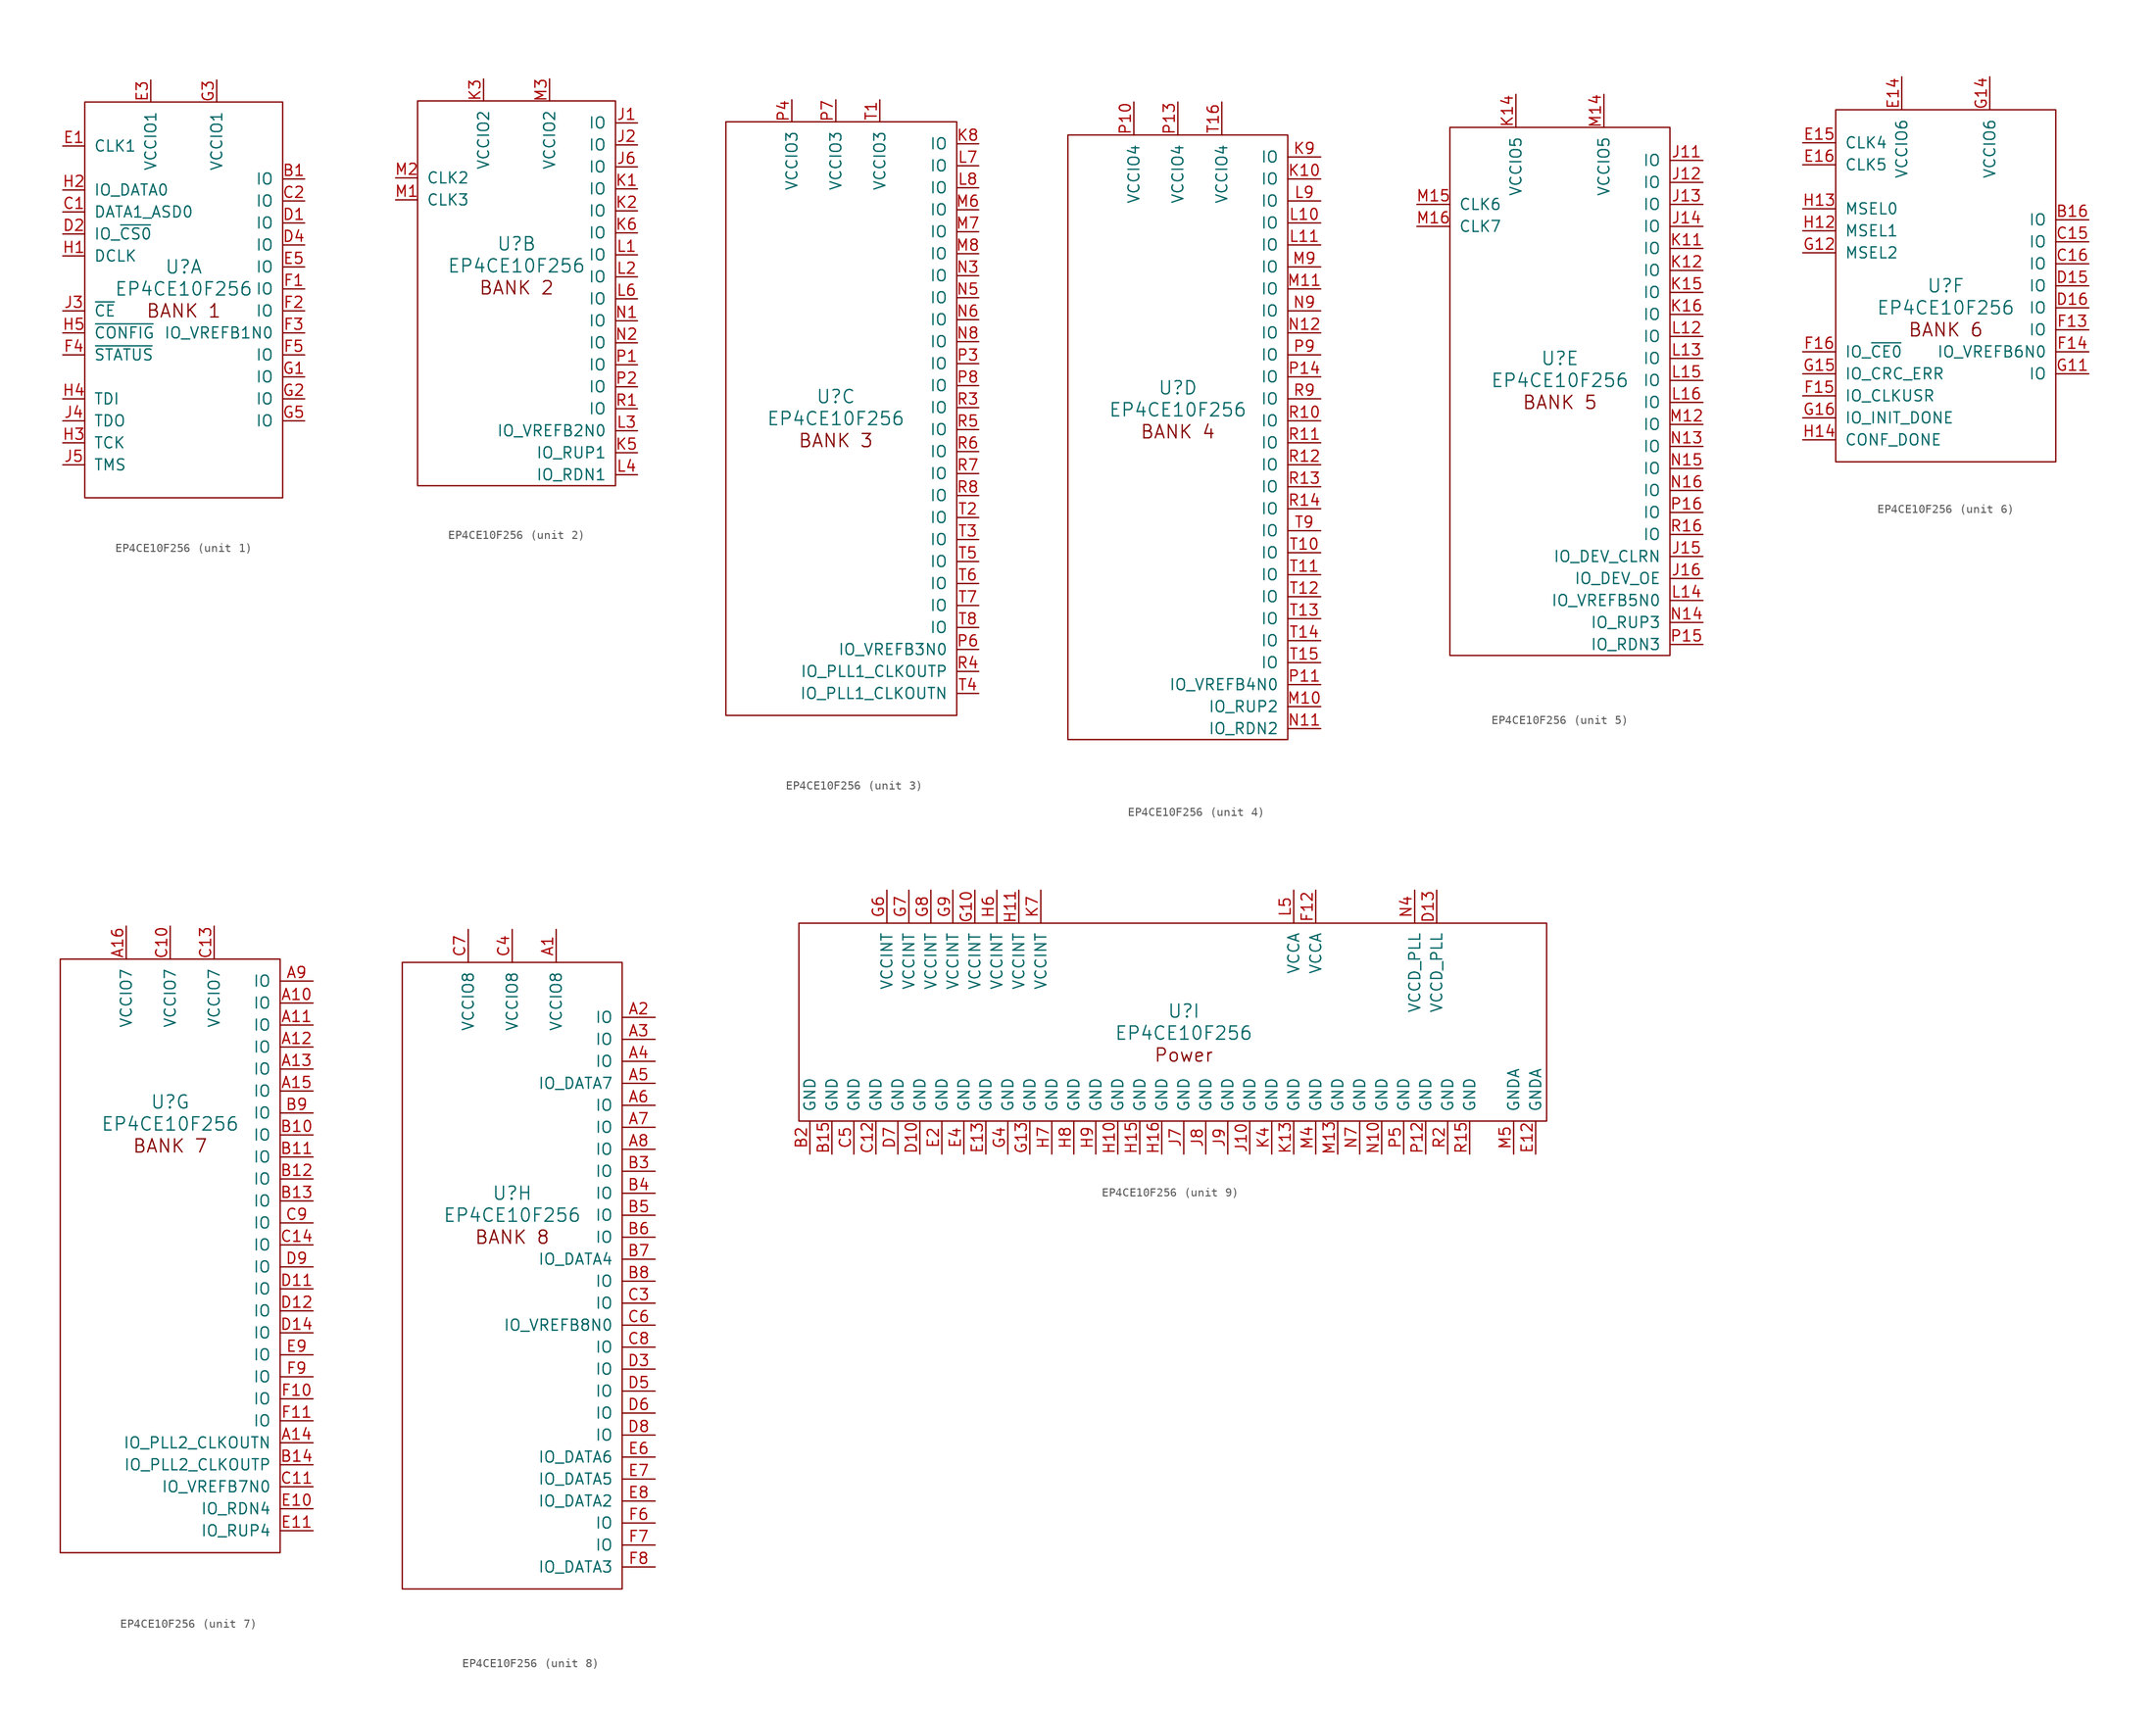
<source format=kicad_sym>
(kicad_symbol_lib
  (version 20211014)
  (generator kicad_symbol_editor)
  (symbol "EP4CE10F256"
    (pin_names
      (offset 1.016))
    (property "Reference" "U"
      (at 0 1.27 0)
      (effects (font (size 1.524 1.524))))
    (property "Value" "EP4CE10F256"
      (at 0 -1.27 0)
      (effects (font (size 1.524 1.524))))
    (property "ki_locked" ""
      (at 0 0 0)
      (effects (font (size 1.27 1.27))))
    (symbol "EP4CE10F256_1_1"
      (rectangle (start -11.43 20.32) (end 11.43 -25.4) (stroke (width 0) (type default) (color 0 0 0 0)) (fill (type none)))
      (text "BANK 1" (at 0 -3.81 0) (effects (font (size 1.524 1.524))))
      (pin bidirectional line (at 13.97 11.43 180) (length 2.54) (name "IO" (effects (font (size 1.27 1.27)))) (number "B1" (effects (font (size 1.27 1.27)))))
      (pin input line (at -13.97 7.62 0) (length 2.54) (name "DATA1_ASD0" (effects (font (size 1.27 1.27)))) (number "C1" (effects (font (size 1.27 1.27)))))
      (pin bidirectional line (at 13.97 8.89 180) (length 2.54) (name "IO" (effects (font (size 1.27 1.27)))) (number "C2" (effects (font (size 1.27 1.27)))))
      (pin bidirectional line (at 13.97 6.35 180) (length 2.54) (name "IO" (effects (font (size 1.27 1.27)))) (number "D1" (effects (font (size 1.27 1.27)))))
      (pin output line (at -13.97 5.08 0) (length 2.54) (name "IO_~{CS0}" (effects (font (size 1.27 1.27)))) (number "D2" (effects (font (size 1.27 1.27)))))
      (pin bidirectional line (at 13.97 3.81 180) (length 2.54) (name "IO" (effects (font (size 1.27 1.27)))) (number "D4" (effects (font (size 1.27 1.27)))))
      (pin input line (at -13.97 15.24 0) (length 2.54) (name "CLK1" (effects (font (size 1.27 1.27)))) (number "E1" (effects (font (size 1.27 1.27)))))
      (pin power_in line (at -3.81 22.86 270) (length 2.54) (name "VCCIO1" (effects (font (size 1.27 1.27)))) (number "E3" (effects (font (size 1.27 1.27)))))
      (pin bidirectional line (at 13.97 1.27 180) (length 2.54) (name "IO" (effects (font (size 1.27 1.27)))) (number "E5" (effects (font (size 1.27 1.27)))))
      (pin bidirectional line (at 13.97 -1.27 180) (length 2.54) (name "IO" (effects (font (size 1.27 1.27)))) (number "F1" (effects (font (size 1.27 1.27)))))
      (pin bidirectional line (at 13.97 -3.81 180) (length 2.54) (name "IO" (effects (font (size 1.27 1.27)))) (number "F2" (effects (font (size 1.27 1.27)))))
      (pin bidirectional line (at 13.97 -6.35 180) (length 2.54) (name "IO_VREFB1N0" (effects (font (size 1.27 1.27)))) (number "F3" (effects (font (size 1.27 1.27)))))
      (pin input line (at -13.97 -8.89 0) (length 2.54) (name "~{STATUS}" (effects (font (size 1.27 1.27)))) (number "F4" (effects (font (size 1.27 1.27)))))
      (pin bidirectional line (at 13.97 -8.89 180) (length 2.54) (name "IO" (effects (font (size 1.27 1.27)))) (number "F5" (effects (font (size 1.27 1.27)))))
      (pin bidirectional line (at 13.97 -11.43 180) (length 2.54) (name "IO" (effects (font (size 1.27 1.27)))) (number "G1" (effects (font (size 1.27 1.27)))))
      (pin bidirectional line (at 13.97 -13.97 180) (length 2.54) (name "IO" (effects (font (size 1.27 1.27)))) (number "G2" (effects (font (size 1.27 1.27)))))
      (pin power_in line (at 3.81 22.86 270) (length 2.54) (name "VCCIO1" (effects (font (size 1.27 1.27)))) (number "G3" (effects (font (size 1.27 1.27)))))
      (pin bidirectional line (at 13.97 -16.51 180) (length 2.54) (name "IO" (effects (font (size 1.27 1.27)))) (number "G5" (effects (font (size 1.27 1.27)))))
      (pin output line (at -13.97 2.54 0) (length 2.54) (name "DCLK" (effects (font (size 1.27 1.27)))) (number "H1" (effects (font (size 1.27 1.27)))))
      (pin bidirectional line (at -13.97 10.16 0) (length 2.54) (name "IO_DATA0" (effects (font (size 1.27 1.27)))) (number "H2" (effects (font (size 1.27 1.27)))))
      (pin input line (at -13.97 -19.05 0) (length 2.54) (name "TCK" (effects (font (size 1.27 1.27)))) (number "H3" (effects (font (size 1.27 1.27)))))
      (pin input line (at -13.97 -13.97 0) (length 2.54) (name "TDI" (effects (font (size 1.27 1.27)))) (number "H4" (effects (font (size 1.27 1.27)))))
      (pin input line (at -13.97 -6.35 0) (length 2.54) (name "~{CONFIG}" (effects (font (size 1.27 1.27)))) (number "H5" (effects (font (size 1.27 1.27)))))
      (pin input line (at -13.97 -3.81 0) (length 2.54) (name "~{CE}" (effects (font (size 1.27 1.27)))) (number "J3" (effects (font (size 1.27 1.27)))))
      (pin output line (at -13.97 -16.51 0) (length 2.54) (name "TDO" (effects (font (size 1.27 1.27)))) (number "J4" (effects (font (size 1.27 1.27)))))
      (pin input line (at -13.97 -21.59 0) (length 2.54) (name "TMS" (effects (font (size 1.27 1.27)))) (number "J5" (effects (font (size 1.27 1.27))))))
    (symbol "EP4CE10F256_2_1"
      (rectangle (start 11.43 17.78) (end -11.43 -26.67) (stroke (width 0) (type default) (color 0 0 0 0)) (fill (type none)))
      (text "BANK 2" (at 0 -3.81 0) (effects (font (size 1.524 1.524))))
      (pin bidirectional line (at 13.97 15.24 180) (length 2.54) (name "IO" (effects (font (size 1.27 1.27)))) (number "J1" (effects (font (size 1.27 1.27)))))
      (pin bidirectional line (at 13.97 12.7 180) (length 2.54) (name "IO" (effects (font (size 1.27 1.27)))) (number "J2" (effects (font (size 1.27 1.27)))))
      (pin bidirectional line (at 13.97 10.16 180) (length 2.54) (name "IO" (effects (font (size 1.27 1.27)))) (number "J6" (effects (font (size 1.27 1.27)))))
      (pin bidirectional line (at 13.97 7.62 180) (length 2.54) (name "IO" (effects (font (size 1.27 1.27)))) (number "K1" (effects (font (size 1.27 1.27)))))
      (pin bidirectional line (at 13.97 5.08 180) (length 2.54) (name "IO" (effects (font (size 1.27 1.27)))) (number "K2" (effects (font (size 1.27 1.27)))))
      (pin power_in line (at -3.81 20.32 270) (length 2.54) (name "VCCIO2" (effects (font (size 1.27 1.27)))) (number "K3" (effects (font (size 1.27 1.27)))))
      (pin bidirectional line (at 13.97 -22.86 180) (length 2.54) (name "IO_RUP1" (effects (font (size 1.27 1.27)))) (number "K5" (effects (font (size 1.27 1.27)))))
      (pin bidirectional line (at 13.97 2.54 180) (length 2.54) (name "IO" (effects (font (size 1.27 1.27)))) (number "K6" (effects (font (size 1.27 1.27)))))
      (pin bidirectional line (at 13.97 0 180) (length 2.54) (name "IO" (effects (font (size 1.27 1.27)))) (number "L1" (effects (font (size 1.27 1.27)))))
      (pin bidirectional line (at 13.97 -2.54 180) (length 2.54) (name "IO" (effects (font (size 1.27 1.27)))) (number "L2" (effects (font (size 1.27 1.27)))))
      (pin bidirectional line (at 13.97 -20.32 180) (length 2.54) (name "IO_VREFB2N0" (effects (font (size 1.27 1.27)))) (number "L3" (effects (font (size 1.27 1.27)))))
      (pin bidirectional line (at 13.97 -25.4 180) (length 2.54) (name "IO_RDN1" (effects (font (size 1.27 1.27)))) (number "L4" (effects (font (size 1.27 1.27)))))
      (pin bidirectional line (at 13.97 -5.08 180) (length 2.54) (name "IO" (effects (font (size 1.27 1.27)))) (number "L6" (effects (font (size 1.27 1.27)))))
      (pin input line (at -13.97 6.35 0) (length 2.54) (name "CLK3" (effects (font (size 1.27 1.27)))) (number "M1" (effects (font (size 1.27 1.27)))))
      (pin input line (at -13.97 8.89 0) (length 2.54) (name "CLK2" (effects (font (size 1.27 1.27)))) (number "M2" (effects (font (size 1.27 1.27)))))
      (pin power_in line (at 3.81 20.32 270) (length 2.54) (name "VCCIO2" (effects (font (size 1.27 1.27)))) (number "M3" (effects (font (size 1.27 1.27)))))
      (pin bidirectional line (at 13.97 -7.62 180) (length 2.54) (name "IO" (effects (font (size 1.27 1.27)))) (number "N1" (effects (font (size 1.27 1.27)))))
      (pin bidirectional line (at 13.97 -10.16 180) (length 2.54) (name "IO" (effects (font (size 1.27 1.27)))) (number "N2" (effects (font (size 1.27 1.27)))))
      (pin bidirectional line (at 13.97 -12.7 180) (length 2.54) (name "IO" (effects (font (size 1.27 1.27)))) (number "P1" (effects (font (size 1.27 1.27)))))
      (pin bidirectional line (at 13.97 -15.24 180) (length 2.54) (name "IO" (effects (font (size 1.27 1.27)))) (number "P2" (effects (font (size 1.27 1.27)))))
      (pin bidirectional line (at 13.97 -17.78 180) (length 2.54) (name "IO" (effects (font (size 1.27 1.27)))) (number "R1" (effects (font (size 1.27 1.27))))))
    (symbol "EP4CE10F256_3_1"
      (rectangle (start -12.7 33.02) (end 13.97 -35.56) (stroke (width 0) (type default) (color 0 0 0 0)) (fill (type none)))
      (text "BANK 3" (at 0 -3.81 0) (effects (font (size 1.524 1.524))))
      (pin bidirectional line (at 16.51 30.48 180) (length 2.54) (name "IO" (effects (font (size 1.27 1.27)))) (number "K8" (effects (font (size 1.27 1.27)))))
      (pin bidirectional line (at 16.51 27.94 180) (length 2.54) (name "IO" (effects (font (size 1.27 1.27)))) (number "L7" (effects (font (size 1.27 1.27)))))
      (pin bidirectional line (at 16.51 25.4 180) (length 2.54) (name "IO" (effects (font (size 1.27 1.27)))) (number "L8" (effects (font (size 1.27 1.27)))))
      (pin bidirectional line (at 16.51 22.86 180) (length 2.54) (name "IO" (effects (font (size 1.27 1.27)))) (number "M6" (effects (font (size 1.27 1.27)))))
      (pin bidirectional line (at 16.51 20.32 180) (length 2.54) (name "IO" (effects (font (size 1.27 1.27)))) (number "M7" (effects (font (size 1.27 1.27)))))
      (pin bidirectional line (at 16.51 17.78 180) (length 2.54) (name "IO" (effects (font (size 1.27 1.27)))) (number "M8" (effects (font (size 1.27 1.27)))))
      (pin bidirectional line (at 16.51 15.24 180) (length 2.54) (name "IO" (effects (font (size 1.27 1.27)))) (number "N3" (effects (font (size 1.27 1.27)))))
      (pin bidirectional line (at 16.51 12.7 180) (length 2.54) (name "IO" (effects (font (size 1.27 1.27)))) (number "N5" (effects (font (size 1.27 1.27)))))
      (pin bidirectional line (at 16.51 10.16 180) (length 2.54) (name "IO" (effects (font (size 1.27 1.27)))) (number "N6" (effects (font (size 1.27 1.27)))))
      (pin bidirectional line (at 16.51 7.62 180) (length 2.54) (name "IO" (effects (font (size 1.27 1.27)))) (number "N8" (effects (font (size 1.27 1.27)))))
      (pin bidirectional line (at 16.51 5.08 180) (length 2.54) (name "IO" (effects (font (size 1.27 1.27)))) (number "P3" (effects (font (size 1.27 1.27)))))
      (pin power_in line (at -5.08 35.56 270) (length 2.54) (name "VCCIO3" (effects (font (size 1.27 1.27)))) (number "P4" (effects (font (size 1.27 1.27)))))
      (pin bidirectional line (at 16.51 -27.94 180) (length 2.54) (name "IO_VREFB3N0" (effects (font (size 1.27 1.27)))) (number "P6" (effects (font (size 1.27 1.27)))))
      (pin power_in line (at 0 35.56 270) (length 2.54) (name "VCCIO3" (effects (font (size 1.27 1.27)))) (number "P7" (effects (font (size 1.27 1.27)))))
      (pin bidirectional line (at 16.51 2.54 180) (length 2.54) (name "IO" (effects (font (size 1.27 1.27)))) (number "P8" (effects (font (size 1.27 1.27)))))
      (pin bidirectional line (at 16.51 0 180) (length 2.54) (name "IO" (effects (font (size 1.27 1.27)))) (number "R3" (effects (font (size 1.27 1.27)))))
      (pin bidirectional line (at 16.51 -30.48 180) (length 2.54) (name "IO_PLL1_CLKOUTP" (effects (font (size 1.27 1.27)))) (number "R4" (effects (font (size 1.27 1.27)))))
      (pin bidirectional line (at 16.51 -2.54 180) (length 2.54) (name "IO" (effects (font (size 1.27 1.27)))) (number "R5" (effects (font (size 1.27 1.27)))))
      (pin bidirectional line (at 16.51 -5.08 180) (length 2.54) (name "IO" (effects (font (size 1.27 1.27)))) (number "R6" (effects (font (size 1.27 1.27)))))
      (pin bidirectional line (at 16.51 -7.62 180) (length 2.54) (name "IO" (effects (font (size 1.27 1.27)))) (number "R7" (effects (font (size 1.27 1.27)))))
      (pin bidirectional line (at 16.51 -10.16 180) (length 2.54) (name "IO" (effects (font (size 1.27 1.27)))) (number "R8" (effects (font (size 1.27 1.27)))))
      (pin power_in line (at 5.08 35.56 270) (length 2.54) (name "VCCIO3" (effects (font (size 1.27 1.27)))) (number "T1" (effects (font (size 1.27 1.27)))))
      (pin bidirectional line (at 16.51 -12.7 180) (length 2.54) (name "IO" (effects (font (size 1.27 1.27)))) (number "T2" (effects (font (size 1.27 1.27)))))
      (pin bidirectional line (at 16.51 -15.24 180) (length 2.54) (name "IO" (effects (font (size 1.27 1.27)))) (number "T3" (effects (font (size 1.27 1.27)))))
      (pin bidirectional line (at 16.51 -33.02 180) (length 2.54) (name "IO_PLL1_CLKOUTN" (effects (font (size 1.27 1.27)))) (number "T4" (effects (font (size 1.27 1.27)))))
      (pin bidirectional line (at 16.51 -17.78 180) (length 2.54) (name "IO" (effects (font (size 1.27 1.27)))) (number "T5" (effects (font (size 1.27 1.27)))))
      (pin bidirectional line (at 16.51 -20.32 180) (length 2.54) (name "IO" (effects (font (size 1.27 1.27)))) (number "T6" (effects (font (size 1.27 1.27)))))
      (pin bidirectional line (at 16.51 -22.86 180) (length 2.54) (name "IO" (effects (font (size 1.27 1.27)))) (number "T7" (effects (font (size 1.27 1.27)))))
      (pin bidirectional line (at 16.51 -25.4 180) (length 2.54) (name "IO" (effects (font (size 1.27 1.27)))) (number "T8" (effects (font (size 1.27 1.27))))))
    (symbol "EP4CE10F256_4_1"
      (rectangle (start -12.7 30.48) (end 12.7 -39.37) (stroke (width 0) (type default) (color 0 0 0 0)) (fill (type none)))
      (text "BANK 4" (at 0 -3.81 0) (effects (font (size 1.524 1.524))))
      (pin bidirectional line (at 16.51 25.4 180) (length 3.81) (name "IO" (effects (font (size 1.27 1.27)))) (number "K10" (effects (font (size 1.27 1.27)))))
      (pin bidirectional line (at 16.51 27.94 180) (length 3.81) (name "IO" (effects (font (size 1.27 1.27)))) (number "K9" (effects (font (size 1.27 1.27)))))
      (pin bidirectional line (at 16.51 20.32 180) (length 3.81) (name "IO" (effects (font (size 1.27 1.27)))) (number "L10" (effects (font (size 1.27 1.27)))))
      (pin bidirectional line (at 16.51 17.78 180) (length 3.81) (name "IO" (effects (font (size 1.27 1.27)))) (number "L11" (effects (font (size 1.27 1.27)))))
      (pin bidirectional line (at 16.51 22.86 180) (length 3.81) (name "IO" (effects (font (size 1.27 1.27)))) (number "L9" (effects (font (size 1.27 1.27)))))
      (pin bidirectional line (at 16.51 -35.56 180) (length 3.81) (name "IO_RUP2" (effects (font (size 1.27 1.27)))) (number "M10" (effects (font (size 1.27 1.27)))))
      (pin bidirectional line (at 16.51 12.7 180) (length 3.81) (name "IO" (effects (font (size 1.27 1.27)))) (number "M11" (effects (font (size 1.27 1.27)))))
      (pin bidirectional line (at 16.51 15.24 180) (length 3.81) (name "IO" (effects (font (size 1.27 1.27)))) (number "M9" (effects (font (size 1.27 1.27)))))
      (pin bidirectional line (at 16.51 -38.1 180) (length 3.81) (name "IO_RDN2" (effects (font (size 1.27 1.27)))) (number "N11" (effects (font (size 1.27 1.27)))))
      (pin bidirectional line (at 16.51 7.62 180) (length 3.81) (name "IO" (effects (font (size 1.27 1.27)))) (number "N12" (effects (font (size 1.27 1.27)))))
      (pin bidirectional line (at 16.51 10.16 180) (length 3.81) (name "IO" (effects (font (size 1.27 1.27)))) (number "N9" (effects (font (size 1.27 1.27)))))
      (pin power_in line (at -5.08 34.29 270) (length 3.81) (name "VCCIO4" (effects (font (size 1.27 1.27)))) (number "P10" (effects (font (size 1.27 1.27)))))
      (pin bidirectional line (at 16.51 -33.02 180) (length 3.81) (name "IO_VREFB4N0" (effects (font (size 1.27 1.27)))) (number "P11" (effects (font (size 1.27 1.27)))))
      (pin power_in line (at 0 34.29 270) (length 3.81) (name "VCCIO4" (effects (font (size 1.27 1.27)))) (number "P13" (effects (font (size 1.27 1.27)))))
      (pin bidirectional line (at 16.51 2.54 180) (length 3.81) (name "IO" (effects (font (size 1.27 1.27)))) (number "P14" (effects (font (size 1.27 1.27)))))
      (pin bidirectional line (at 16.51 5.08 180) (length 3.81) (name "IO" (effects (font (size 1.27 1.27)))) (number "P9" (effects (font (size 1.27 1.27)))))
      (pin bidirectional line (at 16.51 -2.54 180) (length 3.81) (name "IO" (effects (font (size 1.27 1.27)))) (number "R10" (effects (font (size 1.27 1.27)))))
      (pin bidirectional line (at 16.51 -5.08 180) (length 3.81) (name "IO" (effects (font (size 1.27 1.27)))) (number "R11" (effects (font (size 1.27 1.27)))))
      (pin bidirectional line (at 16.51 -7.62 180) (length 3.81) (name "IO" (effects (font (size 1.27 1.27)))) (number "R12" (effects (font (size 1.27 1.27)))))
      (pin bidirectional line (at 16.51 -10.16 180) (length 3.81) (name "IO" (effects (font (size 1.27 1.27)))) (number "R13" (effects (font (size 1.27 1.27)))))
      (pin bidirectional line (at 16.51 -12.7 180) (length 3.81) (name "IO" (effects (font (size 1.27 1.27)))) (number "R14" (effects (font (size 1.27 1.27)))))
      (pin bidirectional line (at 16.51 0 180) (length 3.81) (name "IO" (effects (font (size 1.27 1.27)))) (number "R9" (effects (font (size 1.27 1.27)))))
      (pin bidirectional line (at 16.51 -17.78 180) (length 3.81) (name "IO" (effects (font (size 1.27 1.27)))) (number "T10" (effects (font (size 1.27 1.27)))))
      (pin bidirectional line (at 16.51 -20.32 180) (length 3.81) (name "IO" (effects (font (size 1.27 1.27)))) (number "T11" (effects (font (size 1.27 1.27)))))
      (pin bidirectional line (at 16.51 -22.86 180) (length 3.81) (name "IO" (effects (font (size 1.27 1.27)))) (number "T12" (effects (font (size 1.27 1.27)))))
      (pin bidirectional line (at 16.51 -25.4 180) (length 3.81) (name "IO" (effects (font (size 1.27 1.27)))) (number "T13" (effects (font (size 1.27 1.27)))))
      (pin bidirectional line (at 16.51 -27.94 180) (length 3.81) (name "IO" (effects (font (size 1.27 1.27)))) (number "T14" (effects (font (size 1.27 1.27)))))
      (pin bidirectional line (at 16.51 -30.48 180) (length 3.81) (name "IO" (effects (font (size 1.27 1.27)))) (number "T15" (effects (font (size 1.27 1.27)))))
      (pin power_in line (at 5.08 34.29 270) (length 3.81) (name "VCCIO4" (effects (font (size 1.27 1.27)))) (number "T16" (effects (font (size 1.27 1.27)))))
      (pin bidirectional line (at 16.51 -15.24 180) (length 3.81) (name "IO" (effects (font (size 1.27 1.27)))) (number "T9" (effects (font (size 1.27 1.27))))))
    (symbol "EP4CE10F256_5_1"
      (rectangle (start -12.7 27.94) (end 12.7 -33.02) (stroke (width 0) (type default) (color 0 0 0 0)) (fill (type none)))
      (text "BANK 5" (at 0 -3.81 0) (effects (font (size 1.524 1.524))))
      (pin bidirectional line (at 16.51 24.13 180) (length 3.81) (name "IO" (effects (font (size 1.27 1.27)))) (number "J11" (effects (font (size 1.27 1.27)))))
      (pin bidirectional line (at 16.51 21.59 180) (length 3.81) (name "IO" (effects (font (size 1.27 1.27)))) (number "J12" (effects (font (size 1.27 1.27)))))
      (pin bidirectional line (at 16.51 19.05 180) (length 3.81) (name "IO" (effects (font (size 1.27 1.27)))) (number "J13" (effects (font (size 1.27 1.27)))))
      (pin bidirectional line (at 16.51 16.51 180) (length 3.81) (name "IO" (effects (font (size 1.27 1.27)))) (number "J14" (effects (font (size 1.27 1.27)))))
      (pin bidirectional line (at 16.51 -21.59 180) (length 3.81) (name "IO_DEV_CLRN" (effects (font (size 1.27 1.27)))) (number "J15" (effects (font (size 1.27 1.27)))))
      (pin bidirectional line (at 16.51 -24.13 180) (length 3.81) (name "IO_DEV_OE" (effects (font (size 1.27 1.27)))) (number "J16" (effects (font (size 1.27 1.27)))))
      (pin bidirectional line (at 16.51 13.97 180) (length 3.81) (name "IO" (effects (font (size 1.27 1.27)))) (number "K11" (effects (font (size 1.27 1.27)))))
      (pin bidirectional line (at 16.51 11.43 180) (length 3.81) (name "IO" (effects (font (size 1.27 1.27)))) (number "K12" (effects (font (size 1.27 1.27)))))
      (pin power_in line (at -5.08 31.75 270) (length 3.81) (name "VCCIO5" (effects (font (size 1.27 1.27)))) (number "K14" (effects (font (size 1.27 1.27)))))
      (pin bidirectional line (at 16.51 8.89 180) (length 3.81) (name "IO" (effects (font (size 1.27 1.27)))) (number "K15" (effects (font (size 1.27 1.27)))))
      (pin bidirectional line (at 16.51 6.35 180) (length 3.81) (name "IO" (effects (font (size 1.27 1.27)))) (number "K16" (effects (font (size 1.27 1.27)))))
      (pin bidirectional line (at 16.51 3.81 180) (length 3.81) (name "IO" (effects (font (size 1.27 1.27)))) (number "L12" (effects (font (size 1.27 1.27)))))
      (pin bidirectional line (at 16.51 1.27 180) (length 3.81) (name "IO" (effects (font (size 1.27 1.27)))) (number "L13" (effects (font (size 1.27 1.27)))))
      (pin bidirectional line (at 16.51 -26.67 180) (length 3.81) (name "IO_VREFB5N0" (effects (font (size 1.27 1.27)))) (number "L14" (effects (font (size 1.27 1.27)))))
      (pin bidirectional line (at 16.51 -1.27 180) (length 3.81) (name "IO" (effects (font (size 1.27 1.27)))) (number "L15" (effects (font (size 1.27 1.27)))))
      (pin bidirectional line (at 16.51 -3.81 180) (length 3.81) (name "IO" (effects (font (size 1.27 1.27)))) (number "L16" (effects (font (size 1.27 1.27)))))
      (pin bidirectional line (at 16.51 -6.35 180) (length 3.81) (name "IO" (effects (font (size 1.27 1.27)))) (number "M12" (effects (font (size 1.27 1.27)))))
      (pin power_in line (at 5.08 31.75 270) (length 3.81) (name "VCCIO5" (effects (font (size 1.27 1.27)))) (number "M14" (effects (font (size 1.27 1.27)))))
      (pin input line (at -16.51 19.05 0) (length 3.81) (name "CLK6" (effects (font (size 1.27 1.27)))) (number "M15" (effects (font (size 1.27 1.27)))))
      (pin input line (at -16.51 16.51 0) (length 3.81) (name "CLK7" (effects (font (size 1.27 1.27)))) (number "M16" (effects (font (size 1.27 1.27)))))
      (pin bidirectional line (at 16.51 -8.89 180) (length 3.81) (name "IO" (effects (font (size 1.27 1.27)))) (number "N13" (effects (font (size 1.27 1.27)))))
      (pin bidirectional line (at 16.51 -29.21 180) (length 3.81) (name "IO_RUP3" (effects (font (size 1.27 1.27)))) (number "N14" (effects (font (size 1.27 1.27)))))
      (pin bidirectional line (at 16.51 -11.43 180) (length 3.81) (name "IO" (effects (font (size 1.27 1.27)))) (number "N15" (effects (font (size 1.27 1.27)))))
      (pin bidirectional line (at 16.51 -13.97 180) (length 3.81) (name "IO" (effects (font (size 1.27 1.27)))) (number "N16" (effects (font (size 1.27 1.27)))))
      (pin bidirectional line (at 16.51 -31.75 180) (length 3.81) (name "IO_RDN3" (effects (font (size 1.27 1.27)))) (number "P15" (effects (font (size 1.27 1.27)))))
      (pin bidirectional line (at 16.51 -16.51 180) (length 3.81) (name "IO" (effects (font (size 1.27 1.27)))) (number "P16" (effects (font (size 1.27 1.27)))))
      (pin bidirectional line (at 16.51 -19.05 180) (length 3.81) (name "IO" (effects (font (size 1.27 1.27)))) (number "R16" (effects (font (size 1.27 1.27))))))
    (symbol "EP4CE10F256_6_1"
      (rectangle (start -12.7 21.59) (end 12.7 -19.05) (stroke (width 0) (type default) (color 0 0 0 0)) (fill (type none)))
      (text "BANK 6" (at 0 -3.81 0) (effects (font (size 1.524 1.524))))
      (pin bidirectional line (at 16.51 8.89 180) (length 3.81) (name "IO" (effects (font (size 1.27 1.27)))) (number "B16" (effects (font (size 1.27 1.27)))))
      (pin bidirectional line (at 16.51 6.35 180) (length 3.81) (name "IO" (effects (font (size 1.27 1.27)))) (number "C15" (effects (font (size 1.27 1.27)))))
      (pin bidirectional line (at 16.51 3.81 180) (length 3.81) (name "IO" (effects (font (size 1.27 1.27)))) (number "C16" (effects (font (size 1.27 1.27)))))
      (pin bidirectional line (at 16.51 1.27 180) (length 3.81) (name "IO" (effects (font (size 1.27 1.27)))) (number "D15" (effects (font (size 1.27 1.27)))))
      (pin bidirectional line (at 16.51 -1.27 180) (length 3.81) (name "IO" (effects (font (size 1.27 1.27)))) (number "D16" (effects (font (size 1.27 1.27)))))
      (pin power_in line (at -5.08 25.4 270) (length 3.81) (name "VCCIO6" (effects (font (size 1.27 1.27)))) (number "E14" (effects (font (size 1.27 1.27)))))
      (pin input line (at -16.51 17.78 0) (length 3.81) (name "CLK4" (effects (font (size 1.27 1.27)))) (number "E15" (effects (font (size 1.27 1.27)))))
      (pin input line (at -16.51 15.24 0) (length 3.81) (name "CLK5" (effects (font (size 1.27 1.27)))) (number "E16" (effects (font (size 1.27 1.27)))))
      (pin bidirectional line (at 16.51 -3.81 180) (length 3.81) (name "IO" (effects (font (size 1.27 1.27)))) (number "F13" (effects (font (size 1.27 1.27)))))
      (pin bidirectional line (at 16.51 -6.35 180) (length 3.81) (name "IO_VREFB6N0" (effects (font (size 1.27 1.27)))) (number "F14" (effects (font (size 1.27 1.27)))))
      (pin bidirectional line (at -16.51 -11.43 0) (length 3.81) (name "IO_CLKUSR" (effects (font (size 1.27 1.27)))) (number "F15" (effects (font (size 1.27 1.27)))))
      (pin bidirectional line (at -16.51 -6.35 0) (length 3.81) (name "IO_~{CE0}" (effects (font (size 1.27 1.27)))) (number "F16" (effects (font (size 1.27 1.27)))))
      (pin bidirectional line (at 16.51 -8.89 180) (length 3.81) (name "IO" (effects (font (size 1.27 1.27)))) (number "G11" (effects (font (size 1.27 1.27)))))
      (pin input line (at -16.51 5.08 0) (length 3.81) (name "MSEL2" (effects (font (size 1.27 1.27)))) (number "G12" (effects (font (size 1.27 1.27)))))
      (pin power_in line (at 5.08 25.4 270) (length 3.81) (name "VCCIO6" (effects (font (size 1.27 1.27)))) (number "G14" (effects (font (size 1.27 1.27)))))
      (pin bidirectional line (at -16.51 -8.89 0) (length 3.81) (name "IO_CRC_ERR" (effects (font (size 1.27 1.27)))) (number "G15" (effects (font (size 1.27 1.27)))))
      (pin output line (at -16.51 -13.97 0) (length 3.81) (name "IO_INIT_DONE" (effects (font (size 1.27 1.27)))) (number "G16" (effects (font (size 1.27 1.27)))))
      (pin input line (at -16.51 7.62 0) (length 3.81) (name "MSEL1" (effects (font (size 1.27 1.27)))) (number "H12" (effects (font (size 1.27 1.27)))))
      (pin input line (at -16.51 10.16 0) (length 3.81) (name "MSEL0" (effects (font (size 1.27 1.27)))) (number "H13" (effects (font (size 1.27 1.27)))))
      (pin output line (at -16.51 -16.51 0) (length 3.81) (name "CONF_DONE" (effects (font (size 1.27 1.27)))) (number "H14" (effects (font (size 1.27 1.27))))))
    (symbol "EP4CE10F256_7_1"
      (rectangle (start -12.7 17.78) (end 12.7 -50.8) (stroke (width 0) (type default) (color 0 0 0 0)) (fill (type none)))
      (text "BANK 7" (at 0 -3.81 0) (effects (font (size 1.524 1.524))))
      (pin bidirectional line (at 16.51 12.7 180) (length 3.81) (name "IO" (effects (font (size 1.27 1.27)))) (number "A10" (effects (font (size 1.27 1.27)))))
      (pin bidirectional line (at 16.51 10.16 180) (length 3.81) (name "IO" (effects (font (size 1.27 1.27)))) (number "A11" (effects (font (size 1.27 1.27)))))
      (pin bidirectional line (at 16.51 7.62 180) (length 3.81) (name "IO" (effects (font (size 1.27 1.27)))) (number "A12" (effects (font (size 1.27 1.27)))))
      (pin bidirectional line (at 16.51 5.08 180) (length 3.81) (name "IO" (effects (font (size 1.27 1.27)))) (number "A13" (effects (font (size 1.27 1.27)))))
      (pin bidirectional line (at 16.51 -38.1 180) (length 3.81) (name "IO_PLL2_CLKOUTN" (effects (font (size 1.27 1.27)))) (number "A14" (effects (font (size 1.27 1.27)))))
      (pin bidirectional line (at 16.51 2.54 180) (length 3.81) (name "IO" (effects (font (size 1.27 1.27)))) (number "A15" (effects (font (size 1.27 1.27)))))
      (pin power_in line (at -5.08 21.59 270) (length 3.81) (name "VCCIO7" (effects (font (size 1.27 1.27)))) (number "A16" (effects (font (size 1.27 1.27)))))
      (pin bidirectional line (at 16.51 15.24 180) (length 3.81) (name "IO" (effects (font (size 1.27 1.27)))) (number "A9" (effects (font (size 1.27 1.27)))))
      (pin bidirectional line (at 16.51 -2.54 180) (length 3.81) (name "IO" (effects (font (size 1.27 1.27)))) (number "B10" (effects (font (size 1.27 1.27)))))
      (pin bidirectional line (at 16.51 -5.08 180) (length 3.81) (name "IO" (effects (font (size 1.27 1.27)))) (number "B11" (effects (font (size 1.27 1.27)))))
      (pin bidirectional line (at 16.51 -7.62 180) (length 3.81) (name "IO" (effects (font (size 1.27 1.27)))) (number "B12" (effects (font (size 1.27 1.27)))))
      (pin bidirectional line (at 16.51 -10.16 180) (length 3.81) (name "IO" (effects (font (size 1.27 1.27)))) (number "B13" (effects (font (size 1.27 1.27)))))
      (pin bidirectional line (at 16.51 -40.64 180) (length 3.81) (name "IO_PLL2_CLKOUTP" (effects (font (size 1.27 1.27)))) (number "B14" (effects (font (size 1.27 1.27)))))
      (pin bidirectional line (at 16.51 0 180) (length 3.81) (name "IO" (effects (font (size 1.27 1.27)))) (number "B9" (effects (font (size 1.27 1.27)))))
      (pin power_in line (at 0 21.59 270) (length 3.81) (name "VCCIO7" (effects (font (size 1.27 1.27)))) (number "C10" (effects (font (size 1.27 1.27)))))
      (pin bidirectional line (at 16.51 -43.18 180) (length 3.81) (name "IO_VREFB7N0" (effects (font (size 1.27 1.27)))) (number "C11" (effects (font (size 1.27 1.27)))))
      (pin power_in line (at 5.08 21.59 270) (length 3.81) (name "VCCIO7" (effects (font (size 1.27 1.27)))) (number "C13" (effects (font (size 1.27 1.27)))))
      (pin bidirectional line (at 16.51 -15.24 180) (length 3.81) (name "IO" (effects (font (size 1.27 1.27)))) (number "C14" (effects (font (size 1.27 1.27)))))
      (pin bidirectional line (at 16.51 -12.7 180) (length 3.81) (name "IO" (effects (font (size 1.27 1.27)))) (number "C9" (effects (font (size 1.27 1.27)))))
      (pin bidirectional line (at 16.51 -20.32 180) (length 3.81) (name "IO" (effects (font (size 1.27 1.27)))) (number "D11" (effects (font (size 1.27 1.27)))))
      (pin bidirectional line (at 16.51 -22.86 180) (length 3.81) (name "IO" (effects (font (size 1.27 1.27)))) (number "D12" (effects (font (size 1.27 1.27)))))
      (pin bidirectional line (at 16.51 -25.4 180) (length 3.81) (name "IO" (effects (font (size 1.27 1.27)))) (number "D14" (effects (font (size 1.27 1.27)))))
      (pin bidirectional line (at 16.51 -17.78 180) (length 3.81) (name "IO" (effects (font (size 1.27 1.27)))) (number "D9" (effects (font (size 1.27 1.27)))))
      (pin bidirectional line (at 16.51 -45.72 180) (length 3.81) (name "IO_RDN4" (effects (font (size 1.27 1.27)))) (number "E10" (effects (font (size 1.27 1.27)))))
      (pin bidirectional line (at 16.51 -48.26 180) (length 3.81) (name "IO_RUP4" (effects (font (size 1.27 1.27)))) (number "E11" (effects (font (size 1.27 1.27)))))
      (pin bidirectional line (at 16.51 -27.94 180) (length 3.81) (name "IO" (effects (font (size 1.27 1.27)))) (number "E9" (effects (font (size 1.27 1.27)))))
      (pin bidirectional line (at 16.51 -33.02 180) (length 3.81) (name "IO" (effects (font (size 1.27 1.27)))) (number "F10" (effects (font (size 1.27 1.27)))))
      (pin bidirectional line (at 16.51 -35.56 180) (length 3.81) (name "IO" (effects (font (size 1.27 1.27)))) (number "F11" (effects (font (size 1.27 1.27)))))
      (pin bidirectional line (at 16.51 -30.48 180) (length 3.81) (name "IO" (effects (font (size 1.27 1.27)))) (number "F9" (effects (font (size 1.27 1.27))))))
    (symbol "EP4CE10F256_8_1"
      (rectangle (start -12.7 27.94) (end 12.7 -44.45) (stroke (width 0) (type default) (color 0 0 0 0)) (fill (type none)))
      (text "BANK 8" (at 0 -3.81 0) (effects (font (size 1.524 1.524))))
      (pin power_in line (at 5.08 31.75 270) (length 3.81) (name "VCCIO8" (effects (font (size 1.27 1.27)))) (number "A1" (effects (font (size 1.27 1.27)))))
      (pin bidirectional line (at 16.51 21.59 180) (length 3.81) (name "IO" (effects (font (size 1.27 1.27)))) (number "A2" (effects (font (size 1.27 1.27)))))
      (pin bidirectional line (at 16.51 19.05 180) (length 3.81) (name "IO" (effects (font (size 1.27 1.27)))) (number "A3" (effects (font (size 1.27 1.27)))))
      (pin bidirectional line (at 16.51 16.51 180) (length 3.81) (name "IO" (effects (font (size 1.27 1.27)))) (number "A4" (effects (font (size 1.27 1.27)))))
      (pin bidirectional line (at 16.51 13.97 180) (length 3.81) (name "IO_DATA7" (effects (font (size 1.27 1.27)))) (number "A5" (effects (font (size 1.27 1.27)))))
      (pin bidirectional line (at 16.51 11.43 180) (length 3.81) (name "IO" (effects (font (size 1.27 1.27)))) (number "A6" (effects (font (size 1.27 1.27)))))
      (pin bidirectional line (at 16.51 8.89 180) (length 3.81) (name "IO" (effects (font (size 1.27 1.27)))) (number "A7" (effects (font (size 1.27 1.27)))))
      (pin bidirectional line (at 16.51 6.35 180) (length 3.81) (name "IO" (effects (font (size 1.27 1.27)))) (number "A8" (effects (font (size 1.27 1.27)))))
      (pin bidirectional line (at 16.51 3.81 180) (length 3.81) (name "IO" (effects (font (size 1.27 1.27)))) (number "B3" (effects (font (size 1.27 1.27)))))
      (pin bidirectional line (at 16.51 1.27 180) (length 3.81) (name "IO" (effects (font (size 1.27 1.27)))) (number "B4" (effects (font (size 1.27 1.27)))))
      (pin bidirectional line (at 16.51 -1.27 180) (length 3.81) (name "IO" (effects (font (size 1.27 1.27)))) (number "B5" (effects (font (size 1.27 1.27)))))
      (pin bidirectional line (at 16.51 -3.81 180) (length 3.81) (name "IO" (effects (font (size 1.27 1.27)))) (number "B6" (effects (font (size 1.27 1.27)))))
      (pin bidirectional line (at 16.51 -6.35 180) (length 3.81) (name "IO_DATA4" (effects (font (size 1.27 1.27)))) (number "B7" (effects (font (size 1.27 1.27)))))
      (pin bidirectional line (at 16.51 -8.89 180) (length 3.81) (name "IO" (effects (font (size 1.27 1.27)))) (number "B8" (effects (font (size 1.27 1.27)))))
      (pin bidirectional line (at 16.51 -11.43 180) (length 3.81) (name "IO" (effects (font (size 1.27 1.27)))) (number "C3" (effects (font (size 1.27 1.27)))))
      (pin power_in line (at 0 31.75 270) (length 3.81) (name "VCCIO8" (effects (font (size 1.27 1.27)))) (number "C4" (effects (font (size 1.27 1.27)))))
      (pin bidirectional line (at 16.51 -13.97 180) (length 3.81) (name "IO_VREFB8N0" (effects (font (size 1.27 1.27)))) (number "C6" (effects (font (size 1.27 1.27)))))
      (pin power_in line (at -5.08 31.75 270) (length 3.81) (name "VCCIO8" (effects (font (size 1.27 1.27)))) (number "C7" (effects (font (size 1.27 1.27)))))
      (pin bidirectional line (at 16.51 -16.51 180) (length 3.81) (name "IO" (effects (font (size 1.27 1.27)))) (number "C8" (effects (font (size 1.27 1.27)))))
      (pin bidirectional line (at 16.51 -19.05 180) (length 3.81) (name "IO" (effects (font (size 1.27 1.27)))) (number "D3" (effects (font (size 1.27 1.27)))))
      (pin bidirectional line (at 16.51 -21.59 180) (length 3.81) (name "IO" (effects (font (size 1.27 1.27)))) (number "D5" (effects (font (size 1.27 1.27)))))
      (pin bidirectional line (at 16.51 -24.13 180) (length 3.81) (name "IO" (effects (font (size 1.27 1.27)))) (number "D6" (effects (font (size 1.27 1.27)))))
      (pin bidirectional line (at 16.51 -26.67 180) (length 3.81) (name "IO" (effects (font (size 1.27 1.27)))) (number "D8" (effects (font (size 1.27 1.27)))))
      (pin bidirectional line (at 16.51 -29.21 180) (length 3.81) (name "IO_DATA6" (effects (font (size 1.27 1.27)))) (number "E6" (effects (font (size 1.27 1.27)))))
      (pin bidirectional line (at 16.51 -31.75 180) (length 3.81) (name "IO_DATA5" (effects (font (size 1.27 1.27)))) (number "E7" (effects (font (size 1.27 1.27)))))
      (pin bidirectional line (at 16.51 -34.29 180) (length 3.81) (name "IO_DATA2" (effects (font (size 1.27 1.27)))) (number "E8" (effects (font (size 1.27 1.27)))))
      (pin bidirectional line (at 16.51 -36.83 180) (length 3.81) (name "IO" (effects (font (size 1.27 1.27)))) (number "F6" (effects (font (size 1.27 1.27)))))
      (pin bidirectional line (at 16.51 -39.37 180) (length 3.81) (name "IO" (effects (font (size 1.27 1.27)))) (number "F7" (effects (font (size 1.27 1.27)))))
      (pin bidirectional line (at 16.51 -41.91 180) (length 3.81) (name "IO_DATA3" (effects (font (size 1.27 1.27)))) (number "F8" (effects (font (size 1.27 1.27))))))
    (symbol "EP4CE10F256_9_1"
      (rectangle (start -44.45 11.43) (end 41.91 -11.43) (stroke (width 0) (type default) (color 0 0 0 0)) (fill (type none)))
      (text "Power" (at 0 -3.81 0) (effects (font (size 1.524 1.524))))
      (pin power_in line (at -40.64 -15.24 90) (length 3.81) (name "GND" (effects (font (size 1.27 1.27)))) (number "B15" (effects (font (size 1.27 1.27)))))
      (pin power_in line (at -43.18 -15.24 90) (length 3.81) (name "GND" (effects (font (size 1.27 1.27)))) (number "B2" (effects (font (size 1.27 1.27)))))
      (pin power_in line (at -35.56 -15.24 90) (length 3.81) (name "GND" (effects (font (size 1.27 1.27)))) (number "C12" (effects (font (size 1.27 1.27)))))
      (pin power_in line (at -38.1 -15.24 90) (length 3.81) (name "GND" (effects (font (size 1.27 1.27)))) (number "C5" (effects (font (size 1.27 1.27)))))
      (pin power_in line (at -30.48 -15.24 90) (length 3.81) (name "GND" (effects (font (size 1.27 1.27)))) (number "D10" (effects (font (size 1.27 1.27)))))
      (pin power_in line (at 29.21 15.24 270) (length 3.81) (name "VCCD_PLL" (effects (font (size 1.27 1.27)))) (number "D13" (effects (font (size 1.27 1.27)))))
      (pin power_in line (at -33.02 -15.24 90) (length 3.81) (name "GND" (effects (font (size 1.27 1.27)))) (number "D7" (effects (font (size 1.27 1.27)))))
      (pin power_in line (at 40.64 -15.24 90) (length 3.81) (name "GNDA" (effects (font (size 1.27 1.27)))) (number "E12" (effects (font (size 1.27 1.27)))))
      (pin power_in line (at -22.86 -15.24 90) (length 3.81) (name "GND" (effects (font (size 1.27 1.27)))) (number "E13" (effects (font (size 1.27 1.27)))))
      (pin power_in line (at -27.94 -15.24 90) (length 3.81) (name "GND" (effects (font (size 1.27 1.27)))) (number "E2" (effects (font (size 1.27 1.27)))))
      (pin power_in line (at -25.4 -15.24 90) (length 3.81) (name "GND" (effects (font (size 1.27 1.27)))) (number "E4" (effects (font (size 1.27 1.27)))))
      (pin power_in line (at 15.24 15.24 270) (length 3.81) (name "VCCA" (effects (font (size 1.27 1.27)))) (number "F12" (effects (font (size 1.27 1.27)))))
      (pin power_in line (at -24.13 15.24 270) (length 3.81) (name "VCCINT" (effects (font (size 1.27 1.27)))) (number "G10" (effects (font (size 1.27 1.27)))))
      (pin power_in line (at -17.78 -15.24 90) (length 3.81) (name "GND" (effects (font (size 1.27 1.27)))) (number "G13" (effects (font (size 1.27 1.27)))))
      (pin power_in line (at -20.32 -15.24 90) (length 3.81) (name "GND" (effects (font (size 1.27 1.27)))) (number "G4" (effects (font (size 1.27 1.27)))))
      (pin power_in line (at -34.29 15.24 270) (length 3.81) (name "VCCINT" (effects (font (size 1.27 1.27)))) (number "G6" (effects (font (size 1.27 1.27)))))
      (pin power_in line (at -31.75 15.24 270) (length 3.81) (name "VCCINT" (effects (font (size 1.27 1.27)))) (number "G7" (effects (font (size 1.27 1.27)))))
      (pin power_in line (at -29.21 15.24 270) (length 3.81) (name "VCCINT" (effects (font (size 1.27 1.27)))) (number "G8" (effects (font (size 1.27 1.27)))))
      (pin power_in line (at -26.67 15.24 270) (length 3.81) (name "VCCINT" (effects (font (size 1.27 1.27)))) (number "G9" (effects (font (size 1.27 1.27)))))
      (pin power_in line (at -7.62 -15.24 90) (length 3.81) (name "GND" (effects (font (size 1.27 1.27)))) (number "H10" (effects (font (size 1.27 1.27)))))
      (pin power_in line (at -19.05 15.24 270) (length 3.81) (name "VCCINT" (effects (font (size 1.27 1.27)))) (number "H11" (effects (font (size 1.27 1.27)))))
      (pin power_in line (at -5.08 -15.24 90) (length 3.81) (name "GND" (effects (font (size 1.27 1.27)))) (number "H15" (effects (font (size 1.27 1.27)))))
      (pin power_in line (at -2.54 -15.24 90) (length 3.81) (name "GND" (effects (font (size 1.27 1.27)))) (number "H16" (effects (font (size 1.27 1.27)))))
      (pin power_in line (at -21.59 15.24 270) (length 3.81) (name "VCCINT" (effects (font (size 1.27 1.27)))) (number "H6" (effects (font (size 1.27 1.27)))))
      (pin power_in line (at -15.24 -15.24 90) (length 3.81) (name "GND" (effects (font (size 1.27 1.27)))) (number "H7" (effects (font (size 1.27 1.27)))))
      (pin power_in line (at -12.7 -15.24 90) (length 3.81) (name "GND" (effects (font (size 1.27 1.27)))) (number "H8" (effects (font (size 1.27 1.27)))))
      (pin power_in line (at -10.16 -15.24 90) (length 3.81) (name "GND" (effects (font (size 1.27 1.27)))) (number "H9" (effects (font (size 1.27 1.27)))))
      (pin power_in line (at 7.62 -15.24 90) (length 3.81) (name "GND" (effects (font (size 1.27 1.27)))) (number "J10" (effects (font (size 1.27 1.27)))))
      (pin power_in line (at 0 -15.24 90) (length 3.81) (name "GND" (effects (font (size 1.27 1.27)))) (number "J7" (effects (font (size 1.27 1.27)))))
      (pin power_in line (at 2.54 -15.24 90) (length 3.81) (name "GND" (effects (font (size 1.27 1.27)))) (number "J8" (effects (font (size 1.27 1.27)))))
      (pin power_in line (at 5.08 -15.24 90) (length 3.81) (name "GND" (effects (font (size 1.27 1.27)))) (number "J9" (effects (font (size 1.27 1.27)))))
      (pin power_in line (at 12.7 -15.24 90) (length 3.81) (name "GND" (effects (font (size 1.27 1.27)))) (number "K13" (effects (font (size 1.27 1.27)))))
      (pin power_in line (at 10.16 -15.24 90) (length 3.81) (name "GND" (effects (font (size 1.27 1.27)))) (number "K4" (effects (font (size 1.27 1.27)))))
      (pin power_in line (at -16.51 15.24 270) (length 3.81) (name "VCCINT" (effects (font (size 1.27 1.27)))) (number "K7" (effects (font (size 1.27 1.27)))))
      (pin power_in line (at 12.7 15.24 270) (length 3.81) (name "VCCA" (effects (font (size 1.27 1.27)))) (number "L5" (effects (font (size 1.27 1.27)))))
      (pin power_in line (at 17.78 -15.24 90) (length 3.81) (name "GND" (effects (font (size 1.27 1.27)))) (number "M13" (effects (font (size 1.27 1.27)))))
      (pin power_in line (at 15.24 -15.24 90) (length 3.81) (name "GND" (effects (font (size 1.27 1.27)))) (number "M4" (effects (font (size 1.27 1.27)))))
      (pin power_in line (at 38.1 -15.24 90) (length 3.81) (name "GNDA" (effects (font (size 1.27 1.27)))) (number "M5" (effects (font (size 1.27 1.27)))))
      (pin power_in line (at 22.86 -15.24 90) (length 3.81) (name "GND" (effects (font (size 1.27 1.27)))) (number "N10" (effects (font (size 1.27 1.27)))))
      (pin power_in line (at 26.67 15.24 270) (length 3.81) (name "VCCD_PLL" (effects (font (size 1.27 1.27)))) (number "N4" (effects (font (size 1.27 1.27)))))
      (pin power_in line (at 20.32 -15.24 90) (length 3.81) (name "GND" (effects (font (size 1.27 1.27)))) (number "N7" (effects (font (size 1.27 1.27)))))
      (pin power_in line (at 27.94 -15.24 90) (length 3.81) (name "GND" (effects (font (size 1.27 1.27)))) (number "P12" (effects (font (size 1.27 1.27)))))
      (pin power_in line (at 25.4 -15.24 90) (length 3.81) (name "GND" (effects (font (size 1.27 1.27)))) (number "P5" (effects (font (size 1.27 1.27)))))
      (pin power_in line (at 33.02 -15.24 90) (length 3.81) (name "GND" (effects (font (size 1.27 1.27)))) (number "R15" (effects (font (size 1.27 1.27)))))
      (pin power_in line (at 30.48 -15.24 90) (length 3.81) (name "GND" (effects (font (size 1.27 1.27)))) (number "R2" (effects (font (size 1.27 1.27))))))))
</source>
